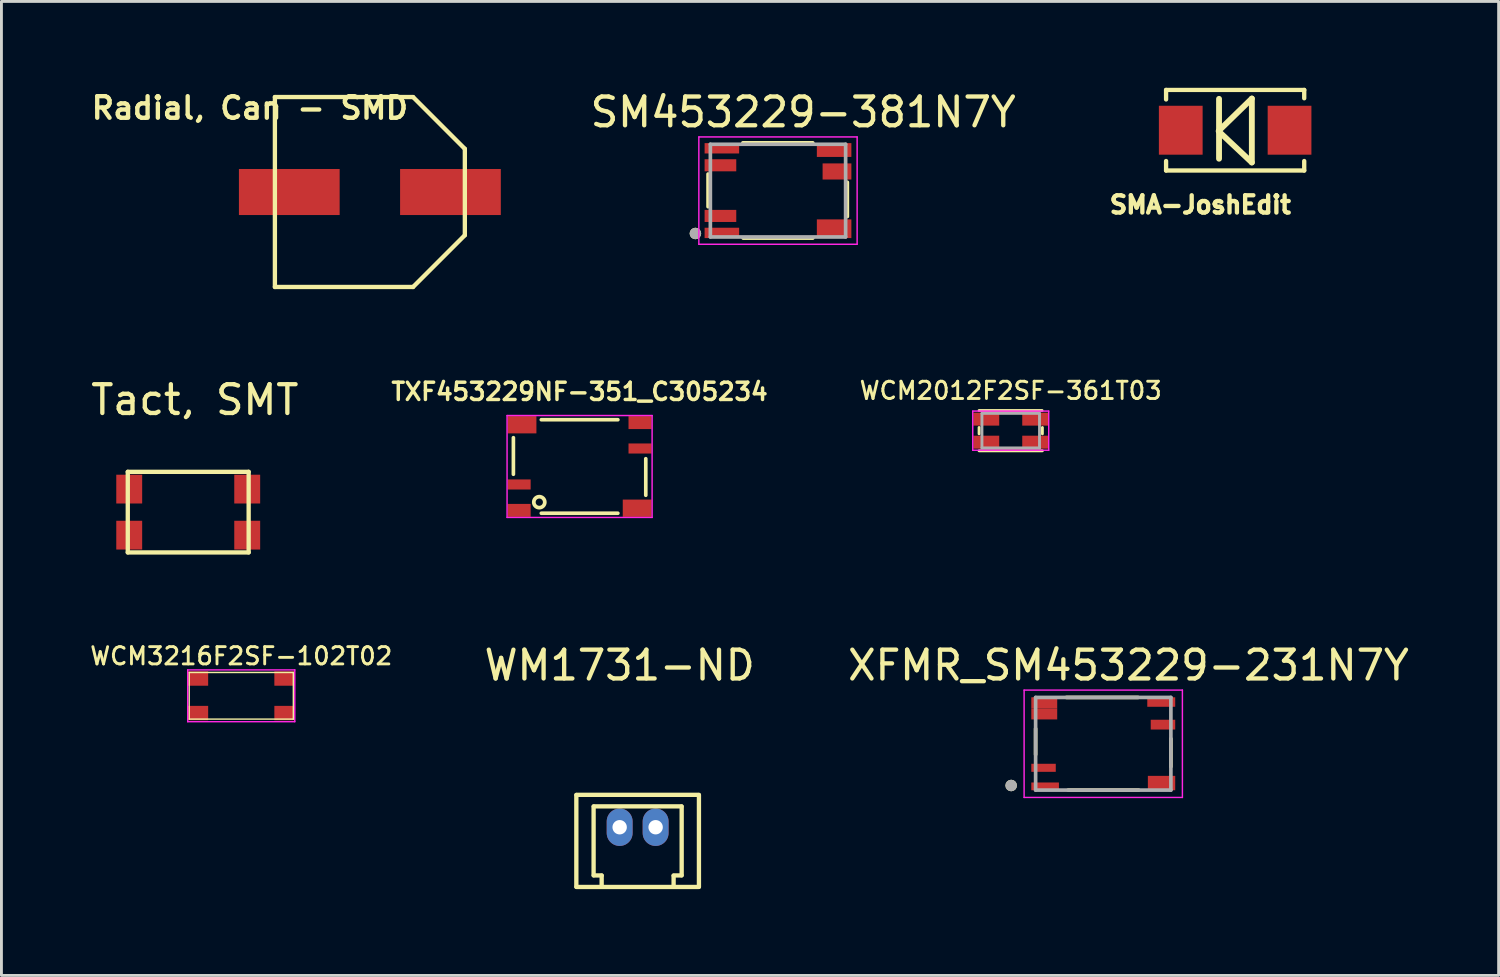
<source format=kicad_pcb>
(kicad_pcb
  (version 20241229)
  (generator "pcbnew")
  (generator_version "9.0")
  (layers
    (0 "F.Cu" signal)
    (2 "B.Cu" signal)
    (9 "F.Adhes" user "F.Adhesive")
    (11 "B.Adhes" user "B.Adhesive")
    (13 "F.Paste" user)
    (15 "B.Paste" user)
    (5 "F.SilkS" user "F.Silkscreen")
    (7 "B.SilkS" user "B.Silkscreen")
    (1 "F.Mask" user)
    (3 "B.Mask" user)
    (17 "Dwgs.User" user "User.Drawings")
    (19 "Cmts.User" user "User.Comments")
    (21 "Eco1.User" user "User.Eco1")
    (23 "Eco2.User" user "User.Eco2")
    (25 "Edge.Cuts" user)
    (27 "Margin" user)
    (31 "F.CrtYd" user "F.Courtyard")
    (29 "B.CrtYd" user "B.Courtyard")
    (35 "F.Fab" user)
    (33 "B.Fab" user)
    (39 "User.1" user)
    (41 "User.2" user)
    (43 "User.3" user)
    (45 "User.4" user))
  (footprint "SM453229-381N7Y"
    (layer "F.Cu")
    (at 23.983 3.573)
    (property "Reference" "SM453229-381N7Y" (at 0.875 -2.725 0) (layer "F.SilkS") (effects (font (size 1 1) (thickness 0.15))))
    (attr smd)
    (fp_line (start -2.43 -0.575) (end -2.43 0.56) (stroke (width 0.127) (type solid)) (layer "F.SilkS"))
    (fp_line (start -1.22 -1.66) (end 1.21 -1.66) (stroke (width 0.127) (type solid)) (layer "F.SilkS"))
    (fp_line (start -1.21 1.65) (end 1.21 1.65) (stroke (width 0.127) (type solid)) (layer "F.SilkS"))
    (fp_line (start 2.41 -0.29) (end 2.41 0.9) (stroke (width 0.127) (type solid)) (layer "F.SilkS"))
    (fp_circle (center -2.87 1.49) (end -2.77 1.49) (stroke (width 0.2) (type solid)) (fill no) (layer "F.SilkS"))
    (fp_line (start -2.75 -1.865) (end 2.75 -1.865) (stroke (width 0.05) (type solid)) (layer "F.CrtYd"))
    (fp_line (start -2.75 1.865) (end -2.75 -1.865) (stroke (width 0.05) (type solid)) (layer "F.CrtYd"))
    (fp_line (start 2.75 -1.865) (end 2.75 1.865) (stroke (width 0.05) (type solid)) (layer "F.CrtYd"))
    (fp_line (start 2.75 1.865) (end -2.75 1.865) (stroke (width 0.05) (type solid)) (layer "F.CrtYd"))
    (fp_line (start -2.35 -1.61) (end 2.35 -1.61) (stroke (width 0.127) (type solid)) (layer "F.Fab"))
    (fp_line (start -2.35 1.61) (end -2.35 -1.61) (stroke (width 0.127) (type solid)) (layer "F.Fab"))
    (fp_line (start 2.35 -1.61) (end 2.35 1.61) (stroke (width 0.127) (type solid)) (layer "F.Fab"))
    (fp_line (start 2.35 1.61) (end -2.35 1.61) (stroke (width 0.127) (type solid)) (layer "F.Fab"))
    (fp_circle (center -2.87 1.49) (end -2.77 1.49) (stroke (width 0.2) (type solid)) (fill no) (layer "F.Fab"))
    (pad "1" smd rect (at -1.95 1.47) (size 1.2 0.36) (layers "F.Cu" "F.Mask" "F.Paste"))
    (pad "2" smd rect (at -2 0.88) (size 1.1 0.42) (layers "F.Cu" "F.Mask" "F.Paste"))
    (pad "3" smd rect (at -2 -0.88) (size 1.1 0.42) (layers "F.Cu" "F.Mask" "F.Paste"))
    (pad "4" smd rect (at -1.95 -1.47) (size 1.2 0.36) (layers "F.Cu" "F.Mask" "F.Paste"))
    (pad "5" smd rect (at 1.95 1.325) (size 1.2 0.65) (layers "F.Cu" "F.Mask" "F.Paste"))
    (pad "6" smd rect (at 2.05 -0.665) (size 1 0.56) (layers "F.Cu" "F.Mask" "F.Paste"))
    (pad "7" smd rect (at 1.95 -1.41) (size 1.2 0.48) (layers "F.Cu" "F.Mask" "F.Paste")))
  (footprint "Tact, SMT"
    (layer "F.Cu")
    (at 3.49 14.745)
    (property "Reference" "Tact, SMT" (at 0.23 -3.9 0) (layer "F.SilkS") (effects (font (size 1 1) (thickness 0.15))))
    (attr through_hole)
    (fp_line (start -2.1 -1.4) (end -2.1 1.4) (stroke (width 0.15) (type solid)) (layer "F.SilkS"))
    (fp_line (start -2.1 1.4) (end 2.1 1.4) (stroke (width 0.15) (type solid)) (layer "F.SilkS"))
    (fp_line (start 2.1 -1.4) (end -2.1 -1.4) (stroke (width 0.15) (type solid)) (layer "F.SilkS"))
    (fp_line (start 2.1 1.4) (end 2.1 -1.4) (stroke (width 0.15) (type solid)) (layer "F.SilkS"))
    (pad "1" smd rect (at -2.05 -0.8) (size 0.9 1) (layers "F.Cu" "F.Mask" "F.Paste"))
    (pad "1_1" smd rect (at 2.05 -0.8) (size 0.9 1) (layers "F.Cu" "F.Mask" "F.Paste"))
    (pad "2" smd rect (at -2.05 0.8) (size 0.9 1) (layers "F.Cu" "F.Mask" "F.Paste"))
    (pad "2_1" smd rect (at 2.05 0.8) (size 0.9 1) (layers "F.Cu" "F.Mask" "F.Paste")))
  (footprint "XFMR_SM453229-231N7Y"
    (layer "F.Cu")
    (at 35.285 22.794)
    (property "Reference" "XFMR_SM453229-231N7Y" (at 0.875 -2.725 0) (layer "F.SilkS") (effects (font (size 1 1) (thickness 0.15))))
    (attr through_hole)
    (fp_line (start -2.35 -0.525) (end -2.35 0.375) (stroke (width 0.127) (type solid)) (layer "F.SilkS"))
    (fp_line (start -1.28 -1.61) (end 1.21 -1.61) (stroke (width 0.127) (type solid)) (layer "F.SilkS"))
    (fp_line (start -1.22 1.61) (end 1.23 1.61) (stroke (width 0.127) (type solid)) (layer "F.SilkS"))
    (fp_line (start 2.35 -0.175) (end 2.35 0.795) (stroke (width 0.127) (type solid)) (layer "F.SilkS"))
    (fp_circle (center -3.2 1.45) (end -3.1 1.45) (stroke (width 0.2) (type solid)) (fill no) (layer "F.SilkS"))
    (fp_line (start -2.75 -1.865) (end 2.75 -1.865) (stroke (width 0.05) (type solid)) (layer "F.CrtYd"))
    (fp_line (start -2.75 1.865) (end -2.75 -1.865) (stroke (width 0.05) (type solid)) (layer "F.CrtYd"))
    (fp_line (start 2.75 -1.865) (end 2.75 1.865) (stroke (width 0.05) (type solid)) (layer "F.CrtYd"))
    (fp_line (start 2.75 1.865) (end -2.75 1.865) (stroke (width 0.05) (type solid)) (layer "F.CrtYd"))
    (fp_line (start -2.35 -1.61) (end 2.35 -1.61) (stroke (width 0.127) (type solid)) (layer "F.Fab"))
    (fp_line (start -2.35 1.61) (end -2.35 -1.61) (stroke (width 0.127) (type solid)) (layer "F.Fab"))
    (fp_line (start 2.35 -1.61) (end 2.35 1.61) (stroke (width 0.127) (type solid)) (layer "F.Fab"))
    (fp_line (start 2.35 1.61) (end -2.35 1.61) (stroke (width 0.127) (type solid)) (layer "F.Fab"))
    (fp_circle (center -3.2 1.45) (end -3.1 1.45) (stroke (width 0.2) (type solid)) (fill no) (layer "F.Fab"))
    (pad "1" smd rect (at -2.02 1.48) (size 0.96 0.27) (layers "F.Cu" "F.Mask" "F.Paste"))
    (pad "2" smd rect (at -2.075 0.835) (size 0.85 0.28) (layers "F.Cu" "F.Mask" "F.Paste"))
    (pad "3" smd rect (at -2.05 -1.038) (size 0.9 0.385) (layers "F.Cu" "F.Mask" "F.Paste"))
    (pad "4" smd rect (at -2.05 -1.423) (size 0.9 0.385) (layers "F.Cu" "F.Mask" "F.Paste"))
    (pad "5" smd rect (at 2.025 1.365) (size 0.95 0.5) (layers "F.Cu" "F.Mask" "F.Paste"))
    (pad "6" smd rect (at 2.075 -0.665) (size 0.85 0.34) (layers "F.Cu" "F.Mask" "F.Paste"))
    (pad "7" smd rect (at 2.015 -1.45) (size 0.97 0.33) (layers "F.Cu" "F.Mask" "F.Paste")))
  (footprint "TXF453229NF-351_C305234"
    (layer "F.Cu")
    (at 17.089 13.159)
    (property "Reference" "TXF453229NF-351_C305234" (at 0 -2.6 0) (layer "F.SilkS") (effects (font (size 0.6 0.6) (thickness 0.12))))
    (attr through_hole)
    (fp_line (start -2.3 -1) (end -2.3 0.27) (stroke (width 0.127) (type solid)) (layer "F.SilkS"))
    (fp_line (start -1.33 -1.625) (end 1.33 -1.625) (stroke (width 0.127) (type solid)) (layer "F.SilkS"))
    (fp_line (start -1.33 1.625) (end 1.33 1.625) (stroke (width 0.127) (type solid)) (layer "F.SilkS"))
    (fp_line (start 2.3 1) (end 2.3 -0.27) (stroke (width 0.127) (type solid)) (layer "F.SilkS"))
    (fp_circle (center -1.4 1.24) (end -1.21 1.26) (stroke (width 0.13) (type solid)) (fill no) (layer "F.SilkS"))
    (fp_line (start -2.52 1.77) (end -2.52 -1.77) (stroke (width 0.05) (type solid)) (layer "F.CrtYd"))
    (fp_line (start 2.52 -1.77) (end -2.52 -1.77) (stroke (width 0.05) (type solid)) (layer "F.CrtYd"))
    (fp_line (start 2.52 1.77) (end -2.52 1.77) (stroke (width 0.05) (type solid)) (layer "F.CrtYd"))
    (fp_line (start 2.52 1.77) (end 2.52 -1.77) (stroke (width 0.05) (type solid)) (layer "F.CrtYd"))
    (pad "1" smd rect (at -2.1 1.525) (size 0.8 0.45) (layers "F.Cu" "F.Mask" "F.Paste"))
    (pad "2" smd rect (at -2.1 0.625) (size 0.8 0.35) (layers "F.Cu" "F.Mask" "F.Paste"))
    (pad "3" smd rect (at -2 -1.45 180) (size 1 0.6) (layers "F.Cu" "F.Mask" "F.Paste"))
    (pad "4" smd rect (at 2.1 -1.525 180) (size 0.8 0.45) (layers "F.Cu" "F.Mask" "F.Paste"))
    (pad "5" smd rect (at 2.1 -0.625 180) (size 0.8 0.35) (layers "F.Cu" "F.Mask" "F.Paste"))
    (pad "6" smd rect (at 2 1.45) (size 1 0.6) (layers "F.Cu" "F.Mask" "F.Paste")))
  (footprint "Radial, Can - SMD"
    (layer "F.Cu")
    (at 9.802 3.622)
    (property "Reference" "Radial, Can - SMD" (at -4.17 -2.92 0) (layer "F.SilkS") (effects (font (size 0.75 0.75) (thickness 0.15))))
    (attr smd)
    (fp_line (start -3.3 -3.3) (end -3.3 3.3) (stroke (width 0.15) (type solid)) (layer "F.SilkS"))
    (fp_line (start -3.3 3.3) (end 1.5 3.3) (stroke (width 0.15) (type solid)) (layer "F.SilkS"))
    (fp_line (start 1.5 -3.3) (end -3.3 -3.3) (stroke (width 0.15) (type solid)) (layer "F.SilkS"))
    (fp_line (start 1.5 -3.3) (end 3.3 -1.5) (stroke (width 0.15) (type solid)) (layer "F.SilkS"))
    (fp_line (start 1.5 3.3) (end 3.3 1.5) (stroke (width 0.15) (type solid)) (layer "F.SilkS"))
    (fp_line (start 3.3 1.5) (end 3.3 -1.5) (stroke (width 0.15) (type solid)) (layer "F.SilkS"))
    (pad "1" smd rect (at 2.8 0) (size 3.5 1.6) (layers "F.Cu" "F.Mask" "F.Paste"))
    (pad "2" smd rect (at -2.8 0) (size 3.5 1.6) (layers "F.Cu" "F.Mask" "F.Paste")))
  (footprint "WM1731-ND"
    (layer "F.Cu")
    (at 19.106 25.694)
    (property "Reference" "WM1731-ND" (at -0.625 -5.625 0) (layer "F.SilkS") (effects (font (size 1 1) (thickness 0.15))))
    (attr through_hole)
    (fp_line (start -2.13 -1.12) (end -2.13 2.07) (stroke (width 0.15) (type solid)) (layer "F.SilkS"))
    (fp_line (start -2.125 2.075) (end 2.125 2.075) (stroke (width 0.15) (type solid)) (layer "F.SilkS"))
    (fp_line (start -1.53 -0.72) (end -1.53 1.67) (stroke (width 0.15) (type solid)) (layer "F.SilkS"))
    (fp_line (start -1.525 -0.725) (end 1.525 -0.725) (stroke (width 0.15) (type solid)) (layer "F.SilkS"))
    (fp_line (start -1.25 1.675) (end -1.525 1.675) (stroke (width 0.15) (type solid)) (layer "F.SilkS"))
    (fp_line (start -1.25 1.68) (end -1.25 2.04) (stroke (width 0.15) (type solid)) (layer "F.SilkS"))
    (fp_line (start 1.25 1.675) (end 1.525 1.675) (stroke (width 0.15) (type solid)) (layer "F.SilkS"))
    (fp_line (start 1.25 1.69) (end 1.25 2.02) (stroke (width 0.15) (type solid)) (layer "F.SilkS"))
    (fp_line (start 1.53 -0.72) (end 1.53 1.67) (stroke (width 0.15) (type solid)) (layer "F.SilkS"))
    (fp_line (start 2.125 -1.125) (end -2.125 -1.125) (stroke (width 0.15) (type solid)) (layer "F.SilkS"))
    (fp_line (start 2.13 -1.12) (end 2.13 2.07) (stroke (width 0.15) (type solid)) (layer "F.SilkS"))
    (pad "1" thru_hole oval (at -0.625 0) (size 0.9 1.3) (drill 0.5) (layers "*.Cu" "*.Mask"))
    (pad "2" thru_hole oval (at 0.625 0) (size 0.9 1.3) (drill 0.5) (layers "*.Cu" "*.Mask")))
  (footprint "SMA-JoshEdit"
    (layer "F.Cu")
    (at 37.978 1.475)
    (property "Reference" "SMA-JoshEdit" (at 0.68 2.59 0) (layer "F.SilkS") (effects (font (size 0.6 0.6) (thickness 0.15))))
    (attr through_hole)
    (fp_line (start -0.51 -1.4) (end -0.51 -1.07) (stroke (width 0.15) (type solid)) (layer "F.SilkS"))
    (fp_line (start -0.51 1.4) (end -0.51 1.07) (stroke (width 0.15) (type solid)) (layer "F.SilkS"))
    (fp_line (start 1.32 0.02) (end 2.47 -1.1) (stroke (width 0.203) (type solid)) (layer "F.SilkS"))
    (fp_line (start 1.33 -1.09) (end 1.33 0.99) (stroke (width 0.203) (type solid)) (layer "F.SilkS"))
    (fp_line (start 2.47 -1.1) (end 2.47 1.12) (stroke (width 0.203) (type solid)) (layer "F.SilkS"))
    (fp_line (start 2.47 1.12) (end 1.32 0.04) (stroke (width 0.203) (type solid)) (layer "F.SilkS"))
    (fp_line (start 4.29 -1.4) (end -0.51 -1.4) (stroke (width 0.15) (type solid)) (layer "F.SilkS"))
    (fp_line (start 4.29 -1.11) (end 4.29 -1.4) (stroke (width 0.15) (type solid)) (layer "F.SilkS"))
    (fp_line (start 4.29 1.4) (end -0.51 1.4) (stroke (width 0.15) (type solid)) (layer "F.SilkS"))
    (fp_line (start 4.29 1.4) (end 4.29 1.07) (stroke (width 0.15) (type solid)) (layer "F.SilkS"))
    (pad "1" smd rect (at 0 0) (size 1.52 1.7) (layers "F.Cu" "F.Mask" "F.Paste"))
    (pad "2" smd rect (at 3.78 0) (size 1.52 1.7) (layers "F.Cu" "F.Mask" "F.Paste")))
  (footprint "WCM3216F2SF-102T02"
    (layer "F.Cu")
    (at 5.333 21.127)
    (property "Reference" "WCM3216F2SF-102T02" (at 0 -1.38 0) (layer "F.SilkS") (effects (font (size 0.6 0.6) (thickness 0.1))))
    (attr through_hole)
    (fp_line (start -1.81 -0.81) (end 1.81 -0.81) (stroke (width 0.05) (type solid)) (layer "F.SilkS"))
    (fp_line (start -1.81 0.81) (end -1.81 -0.81) (stroke (width 0.05) (type solid)) (layer "F.SilkS"))
    (fp_line (start 1.81 -0.81) (end 1.81 0.81) (stroke (width 0.05) (type solid)) (layer "F.SilkS"))
    (fp_line (start 1.81 0.81) (end -1.81 0.81) (stroke (width 0.05) (type solid)) (layer "F.SilkS"))
    (fp_line (start -1.86 -0.9) (end -1.86 0.9) (stroke (width 0.05) (type solid)) (layer "F.CrtYd"))
    (fp_line (start -1.86 -0.9) (end 1.86 -0.9) (stroke (width 0.05) (type solid)) (layer "F.CrtYd"))
    (fp_line (start -1.86 0.9) (end 1.86 0.9) (stroke (width 0.05) (type solid)) (layer "F.CrtYd"))
    (fp_line (start 1.86 -0.9) (end 1.86 0.9) (stroke (width 0.05) (type solid)) (layer "F.CrtYd"))
    (pad "1" smd rect (at -1.5 0.6) (size 0.7 0.5) (layers "F.Cu" "F.Mask" "F.Paste"))
    (pad "2" smd rect (at 1.5 0.6) (size 0.7 0.5) (layers "F.Cu" "F.Mask" "F.Paste"))
    (pad "3" smd rect (at 1.5 -0.6) (size 0.7 0.5) (layers "F.Cu" "F.Mask" "F.Paste"))
    (pad "4" smd rect (at -1.5 -0.6) (size 0.7 0.5) (layers "F.Cu" "F.Mask" "F.Paste")))
  (footprint "WCM2012F2SF-361T03"
    (layer "F.Cu")
    (at 32.07 11.914)
    (property "Reference" "WCM2012F2SF-361T03" (at 0 -1.39 0) (layer "F.SilkS") (effects (font (size 0.6 0.6) (thickness 0.1))))
    (attr smd)
    (fp_line (start -1.1 -0.7) (end 1.09 -0.7) (stroke (width 0.1) (type solid)) (layer "F.SilkS"))
    (fp_line (start -1.1 -0.11) (end -1.1 0.11) (stroke (width 0.1) (type solid)) (layer "F.SilkS"))
    (fp_line (start -1.1 0.7) (end 1.1 0.7) (stroke (width 0.1) (type solid)) (layer "F.SilkS"))
    (fp_line (start 1.1 -0.11) (end 1.1 0.11) (stroke (width 0.1) (type solid)) (layer "F.SilkS"))
    (fp_line (start -1.32 -0.68) (end -1.32 0.68) (stroke (width 0.05) (type solid)) (layer "F.CrtYd"))
    (fp_line (start -1.32 -0.68) (end 1.32 -0.68) (stroke (width 0.05) (type solid)) (layer "F.CrtYd"))
    (fp_line (start -1.32 0.68) (end 1.32 0.68) (stroke (width 0.05) (type solid)) (layer "F.CrtYd"))
    (fp_line (start 1.32 -0.68) (end 1.32 0.68) (stroke (width 0.05) (type solid)) (layer "F.CrtYd"))
    (fp_line (start -1 -0.6) (end -1 0.6) (stroke (width 0.1) (type solid)) (layer "F.Fab"))
    (fp_line (start -1 -0.6) (end 1 -0.6) (stroke (width 0.1) (type solid)) (layer "F.Fab"))
    (fp_line (start 1 -0.6) (end 1 0.6) (stroke (width 0.1) (type solid)) (layer "F.Fab"))
    (fp_line (start 1 0.6) (end -1 0.6) (stroke (width 0.1) (type solid)) (layer "F.Fab"))
    (pad "1" smd rect (at -0.85 0.4) (size 0.9 0.45) (layers "F.Cu" "F.Mask" "F.Paste"))
    (pad "2" smd rect (at 0.85 0.4) (size 0.9 0.45) (layers "F.Cu" "F.Mask" "F.Paste"))
    (pad "3" smd rect (at 0.85 -0.4) (size 0.9 0.45) (layers "F.Cu" "F.Mask" "F.Paste"))
    (pad "4" smd rect (at -0.85 -0.4) (size 0.9 0.45) (layers "F.Cu" "F.Mask" "F.Paste")))
  (gr_rect
    (start -3 -3)
    (end 49.023 30.843)
    (stroke (width 0.1) (type default))
    (fill no)
    (layer "Edge.Cuts")))
</source>
